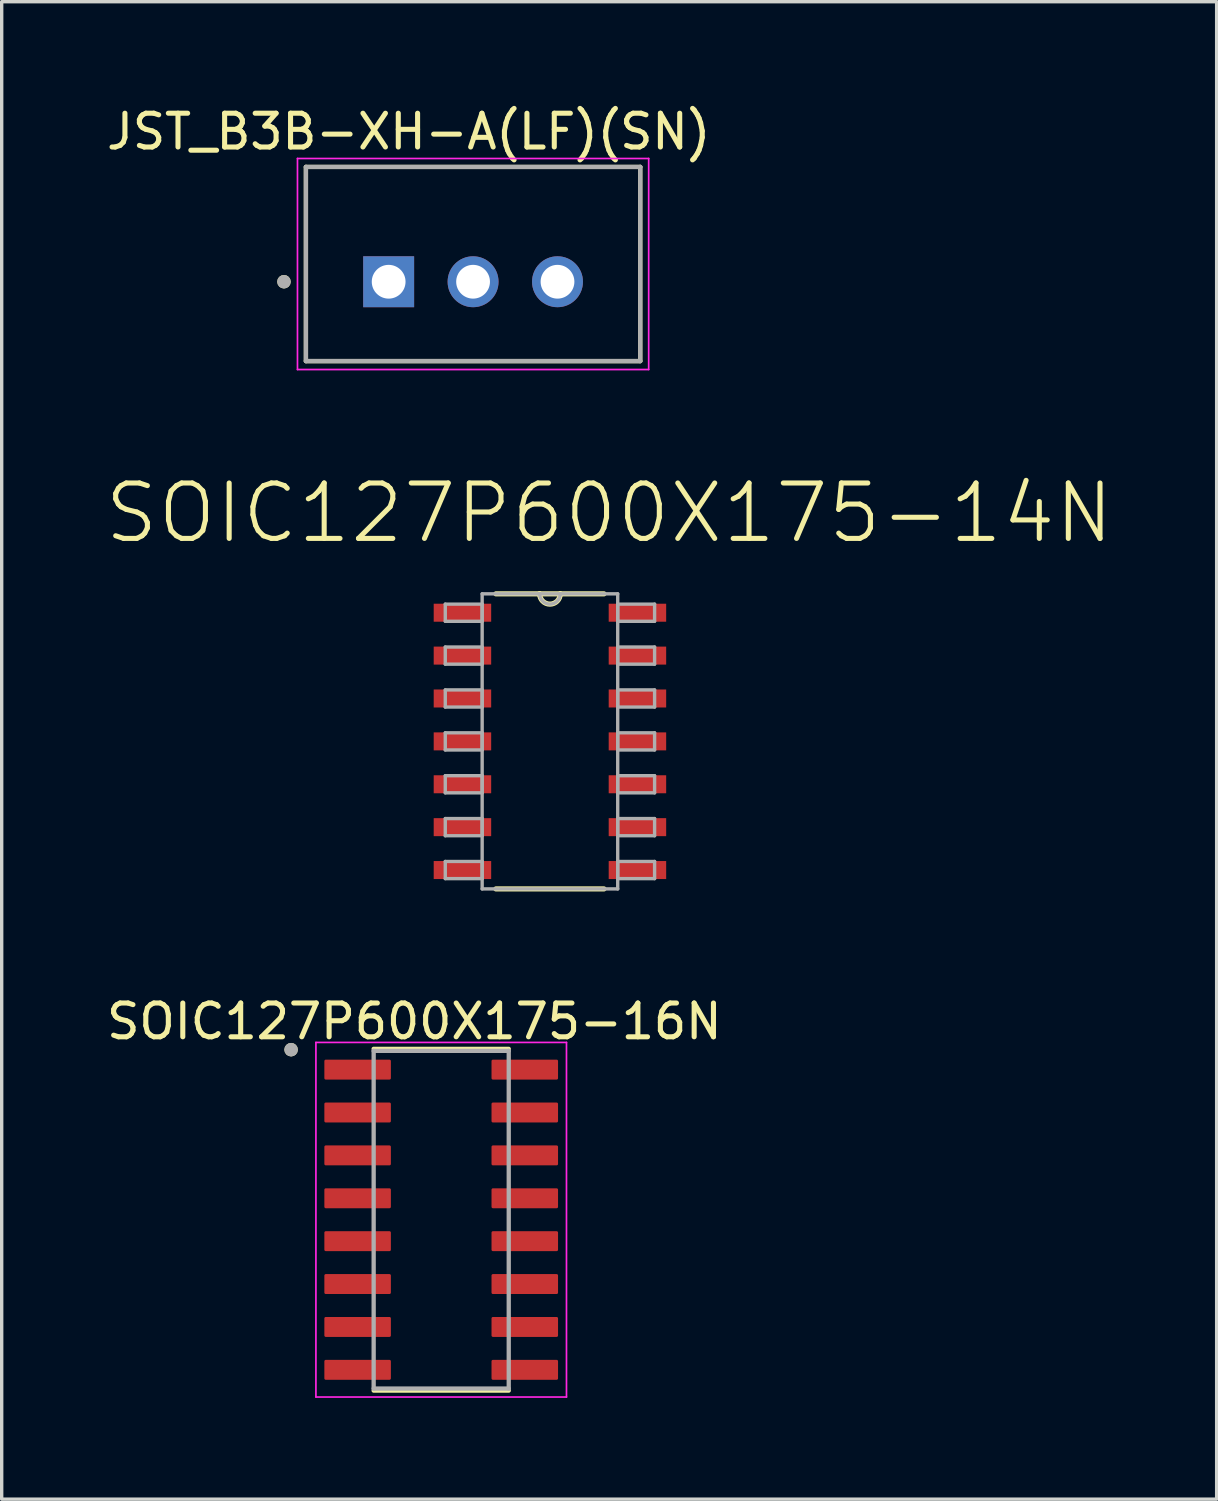
<source format=kicad_pcb>
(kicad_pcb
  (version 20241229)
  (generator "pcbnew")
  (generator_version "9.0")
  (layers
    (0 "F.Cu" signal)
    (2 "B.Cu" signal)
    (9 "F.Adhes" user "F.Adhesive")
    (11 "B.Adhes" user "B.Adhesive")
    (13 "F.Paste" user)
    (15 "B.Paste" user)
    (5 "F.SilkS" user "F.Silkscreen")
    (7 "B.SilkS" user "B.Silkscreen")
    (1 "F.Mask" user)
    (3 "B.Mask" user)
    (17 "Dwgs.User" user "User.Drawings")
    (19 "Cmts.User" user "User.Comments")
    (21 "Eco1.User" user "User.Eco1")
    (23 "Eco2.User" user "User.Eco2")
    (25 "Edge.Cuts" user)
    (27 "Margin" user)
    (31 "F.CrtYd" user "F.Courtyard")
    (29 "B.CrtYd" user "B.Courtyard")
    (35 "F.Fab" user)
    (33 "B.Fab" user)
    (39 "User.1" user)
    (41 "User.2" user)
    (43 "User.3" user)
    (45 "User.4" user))
  (footprint "JST_B3B-XH-A(LF)(SN)"
    (layer "F.Cu")
    (at 10.959 5.293)
    (property "Reference" "JST_B3B-XH-A(LF)(SN)" (at -1.905 -4.445 0) (layer "F.SilkS") (effects (font (size 1 1) (thickness 0.15))))
    (attr through_hole)
    (fp_line (start -4.95 -3.4) (end 4.95 -3.4) (stroke (width 0.127) (type solid)) (layer "F.SilkS"))
    (fp_line (start -4.95 2.35) (end -4.95 -3.4) (stroke (width 0.127) (type solid)) (layer "F.SilkS"))
    (fp_line (start 4.95 -3.4) (end 4.95 2.35) (stroke (width 0.127) (type solid)) (layer "F.SilkS"))
    (fp_line (start 4.95 2.35) (end -4.95 2.35) (stroke (width 0.127) (type solid)) (layer "F.SilkS"))
    (fp_circle (center -5.6 0) (end -5.5 0) (stroke (width 0.2) (type solid)) (fill no) (layer "F.SilkS"))
    (fp_line (start -5.2 -3.65) (end 5.2 -3.65) (stroke (width 0.05) (type solid)) (layer "F.CrtYd"))
    (fp_line (start -5.2 2.6) (end -5.2 -3.65) (stroke (width 0.05) (type solid)) (layer "F.CrtYd"))
    (fp_line (start 5.2 -3.65) (end 5.2 2.6) (stroke (width 0.05) (type solid)) (layer "F.CrtYd"))
    (fp_line (start 5.2 2.6) (end -5.2 2.6) (stroke (width 0.05) (type solid)) (layer "F.CrtYd"))
    (fp_line (start -4.95 -3.4) (end 4.95 -3.4) (stroke (width 0.127) (type solid)) (layer "F.Fab"))
    (fp_line (start -4.95 2.35) (end -4.95 -3.4) (stroke (width 0.127) (type solid)) (layer "F.Fab"))
    (fp_line (start 4.95 -3.4) (end 4.95 2.35) (stroke (width 0.127) (type solid)) (layer "F.Fab"))
    (fp_line (start 4.95 2.35) (end -4.95 2.35) (stroke (width 0.127) (type solid)) (layer "F.Fab"))
    (fp_circle (center -5.6 0) (end -5.5 0) (stroke (width 0.2) (type solid)) (fill no) (layer "F.Fab"))
    (pad "1" thru_hole rect (at -2.5 0) (size 1.508 1.508) (drill 1) (layers "*.Cu" "*.Mask"))
    (pad "2" thru_hole circle (at 0 0) (size 1.508 1.508) (drill 1) (layers "*.Cu" "*.Mask"))
    (pad "3" thru_hole circle (at 2.5 0) (size 1.508 1.508) (drill 1) (layers "*.Cu" "*.Mask")))
  (footprint "SOIC127P600X175-14N"
    (layer "F.Cu")
    (at 13.235 18.904)
    (property "Reference" "SOIC127P600X175-14N" (at 1.754 -6.762 0) (layer "F.SilkS") (effects (font (size 1.641 1.641) (thickness 0.15))))
    (attr through_hole)
    (fp_line (start -1.6 4.369) (end 1.6 4.369) (stroke (width 0.152) (type solid)) (layer "F.SilkS"))
    (fp_line (start -0.305 -4.369) (end -1.6 -4.369) (stroke (width 0.152) (type solid)) (layer "F.SilkS"))
    (fp_line (start 0.305 -4.369) (end -0.305 -4.369) (stroke (width 0.152) (type solid)) (layer "F.SilkS"))
    (fp_line (start 1.6 -4.369) (end 0.305 -4.369) (stroke (width 0.152) (type solid)) (layer "F.SilkS"))
    (fp_arc (start 0.3048 -4.3688) (mid 0 -4.064) (end -0.3048 -4.3688) (stroke (width 0.1524) (type solid)) (layer "F.SilkS"))
    (fp_line (start -3.099 -4.064) (end -3.099 -3.556) (stroke (width 0.1) (type solid)) (layer "F.Fab"))
    (fp_line (start -3.099 -3.556) (end -2.007 -3.556) (stroke (width 0.1) (type solid)) (layer "F.Fab"))
    (fp_line (start -3.099 -2.794) (end -3.099 -2.286) (stroke (width 0.1) (type solid)) (layer "F.Fab"))
    (fp_line (start -3.099 -2.286) (end -2.007 -2.286) (stroke (width 0.1) (type solid)) (layer "F.Fab"))
    (fp_line (start -3.099 -1.524) (end -3.099 -1.016) (stroke (width 0.1) (type solid)) (layer "F.Fab"))
    (fp_line (start -3.099 -1.016) (end -2.007 -1.016) (stroke (width 0.1) (type solid)) (layer "F.Fab"))
    (fp_line (start -3.099 -0.254) (end -3.099 0.254) (stroke (width 0.1) (type solid)) (layer "F.Fab"))
    (fp_line (start -3.099 0.254) (end -2.007 0.254) (stroke (width 0.1) (type solid)) (layer "F.Fab"))
    (fp_line (start -3.099 1.016) (end -3.099 1.524) (stroke (width 0.1) (type solid)) (layer "F.Fab"))
    (fp_line (start -3.099 1.524) (end -2.007 1.524) (stroke (width 0.1) (type solid)) (layer "F.Fab"))
    (fp_line (start -3.099 2.286) (end -3.099 2.794) (stroke (width 0.1) (type solid)) (layer "F.Fab"))
    (fp_line (start -3.099 2.794) (end -2.007 2.794) (stroke (width 0.1) (type solid)) (layer "F.Fab"))
    (fp_line (start -3.099 3.556) (end -3.099 4.064) (stroke (width 0.1) (type solid)) (layer "F.Fab"))
    (fp_line (start -3.099 4.064) (end -2.007 4.064) (stroke (width 0.1) (type solid)) (layer "F.Fab"))
    (fp_line (start -2.007 -4.369) (end -2.007 4.369) (stroke (width 0.1) (type solid)) (layer "F.Fab"))
    (fp_line (start -2.007 -4.064) (end -3.099 -4.064) (stroke (width 0.1) (type solid)) (layer "F.Fab"))
    (fp_line (start -2.007 -3.556) (end -2.007 -4.064) (stroke (width 0.1) (type solid)) (layer "F.Fab"))
    (fp_line (start -2.007 -2.794) (end -3.099 -2.794) (stroke (width 0.1) (type solid)) (layer "F.Fab"))
    (fp_line (start -2.007 -2.286) (end -2.007 -2.794) (stroke (width 0.1) (type solid)) (layer "F.Fab"))
    (fp_line (start -2.007 -1.524) (end -3.099 -1.524) (stroke (width 0.1) (type solid)) (layer "F.Fab"))
    (fp_line (start -2.007 -1.016) (end -2.007 -1.524) (stroke (width 0.1) (type solid)) (layer "F.Fab"))
    (fp_line (start -2.007 -0.254) (end -3.099 -0.254) (stroke (width 0.1) (type solid)) (layer "F.Fab"))
    (fp_line (start -2.007 0.254) (end -2.007 -0.254) (stroke (width 0.1) (type solid)) (layer "F.Fab"))
    (fp_line (start -2.007 1.016) (end -3.099 1.016) (stroke (width 0.1) (type solid)) (layer "F.Fab"))
    (fp_line (start -2.007 1.524) (end -2.007 1.016) (stroke (width 0.1) (type solid)) (layer "F.Fab"))
    (fp_line (start -2.007 2.286) (end -3.099 2.286) (stroke (width 0.1) (type solid)) (layer "F.Fab"))
    (fp_line (start -2.007 2.794) (end -2.007 2.286) (stroke (width 0.1) (type solid)) (layer "F.Fab"))
    (fp_line (start -2.007 3.556) (end -3.099 3.556) (stroke (width 0.1) (type solid)) (layer "F.Fab"))
    (fp_line (start -2.007 4.064) (end -2.007 3.556) (stroke (width 0.1) (type solid)) (layer "F.Fab"))
    (fp_line (start -2.007 4.369) (end 2.007 4.369) (stroke (width 0.1) (type solid)) (layer "F.Fab"))
    (fp_line (start -0.305 -4.369) (end -2.007 -4.369) (stroke (width 0.1) (type solid)) (layer "F.Fab"))
    (fp_line (start 0.305 -4.369) (end -0.305 -4.369) (stroke (width 0.1) (type solid)) (layer "F.Fab"))
    (fp_line (start 2.007 -4.369) (end 0.305 -4.369) (stroke (width 0.1) (type solid)) (layer "F.Fab"))
    (fp_line (start 2.007 -4.064) (end 2.007 -3.556) (stroke (width 0.1) (type solid)) (layer "F.Fab"))
    (fp_line (start 2.007 -3.556) (end 3.099 -3.556) (stroke (width 0.1) (type solid)) (layer "F.Fab"))
    (fp_line (start 2.007 -2.794) (end 2.007 -2.286) (stroke (width 0.1) (type solid)) (layer "F.Fab"))
    (fp_line (start 2.007 -2.286) (end 3.099 -2.286) (stroke (width 0.1) (type solid)) (layer "F.Fab"))
    (fp_line (start 2.007 -1.524) (end 2.007 -1.016) (stroke (width 0.1) (type solid)) (layer "F.Fab"))
    (fp_line (start 2.007 -1.016) (end 3.099 -1.016) (stroke (width 0.1) (type solid)) (layer "F.Fab"))
    (fp_line (start 2.007 -0.254) (end 2.007 0.254) (stroke (width 0.1) (type solid)) (layer "F.Fab"))
    (fp_line (start 2.007 0.254) (end 3.099 0.254) (stroke (width 0.1) (type solid)) (layer "F.Fab"))
    (fp_line (start 2.007 1.016) (end 2.007 1.524) (stroke (width 0.1) (type solid)) (layer "F.Fab"))
    (fp_line (start 2.007 1.524) (end 3.099 1.524) (stroke (width 0.1) (type solid)) (layer "F.Fab"))
    (fp_line (start 2.007 2.286) (end 2.007 2.794) (stroke (width 0.1) (type solid)) (layer "F.Fab"))
    (fp_line (start 2.007 2.794) (end 3.099 2.794) (stroke (width 0.1) (type solid)) (layer "F.Fab"))
    (fp_line (start 2.007 3.556) (end 2.007 4.064) (stroke (width 0.1) (type solid)) (layer "F.Fab"))
    (fp_line (start 2.007 4.064) (end 3.099 4.064) (stroke (width 0.1) (type solid)) (layer "F.Fab"))
    (fp_line (start 2.007 4.369) (end 2.007 -4.369) (stroke (width 0.1) (type solid)) (layer "F.Fab"))
    (fp_line (start 3.099 -4.064) (end 2.007 -4.064) (stroke (width 0.1) (type solid)) (layer "F.Fab"))
    (fp_line (start 3.099 -3.556) (end 3.099 -4.064) (stroke (width 0.1) (type solid)) (layer "F.Fab"))
    (fp_line (start 3.099 -2.794) (end 2.007 -2.794) (stroke (width 0.1) (type solid)) (layer "F.Fab"))
    (fp_line (start 3.099 -2.286) (end 3.099 -2.794) (stroke (width 0.1) (type solid)) (layer "F.Fab"))
    (fp_line (start 3.099 -1.524) (end 2.007 -1.524) (stroke (width 0.1) (type solid)) (layer "F.Fab"))
    (fp_line (start 3.099 -1.016) (end 3.099 -1.524) (stroke (width 0.1) (type solid)) (layer "F.Fab"))
    (fp_line (start 3.099 -0.254) (end 2.007 -0.254) (stroke (width 0.1) (type solid)) (layer "F.Fab"))
    (fp_line (start 3.099 0.254) (end 3.099 -0.254) (stroke (width 0.1) (type solid)) (layer "F.Fab"))
    (fp_line (start 3.099 1.016) (end 2.007 1.016) (stroke (width 0.1) (type solid)) (layer "F.Fab"))
    (fp_line (start 3.099 1.524) (end 3.099 1.016) (stroke (width 0.1) (type solid)) (layer "F.Fab"))
    (fp_line (start 3.099 2.286) (end 2.007 2.286) (stroke (width 0.1) (type solid)) (layer "F.Fab"))
    (fp_line (start 3.099 2.794) (end 3.099 2.286) (stroke (width 0.1) (type solid)) (layer "F.Fab"))
    (fp_line (start 3.099 3.556) (end 2.007 3.556) (stroke (width 0.1) (type solid)) (layer "F.Fab"))
    (fp_line (start 3.099 4.064) (end 3.099 3.556) (stroke (width 0.1) (type solid)) (layer "F.Fab"))
    (fp_arc (start 0.3048 -4.3688) (mid 0 -4.064) (end -0.3048 -4.3688) (stroke (width 0.1) (type solid)) (layer "F.Fab"))
    (pad "1" smd rect (at -2.591 -3.81) (size 1.702 0.533) (layers "F.Cu" "F.Mask" "F.Paste"))
    (pad "2" smd rect (at -2.591 -2.54) (size 1.702 0.533) (layers "F.Cu" "F.Mask" "F.Paste"))
    (pad "3" smd rect (at -2.591 -1.27) (size 1.702 0.533) (layers "F.Cu" "F.Mask" "F.Paste"))
    (pad "4" smd rect (at -2.591 0) (size 1.702 0.533) (layers "F.Cu" "F.Mask" "F.Paste"))
    (pad "5" smd rect (at -2.591 1.27) (size 1.702 0.533) (layers "F.Cu" "F.Mask" "F.Paste"))
    (pad "6" smd rect (at -2.591 2.54) (size 1.702 0.533) (layers "F.Cu" "F.Mask" "F.Paste"))
    (pad "7" smd rect (at -2.591 3.81) (size 1.702 0.533) (layers "F.Cu" "F.Mask" "F.Paste"))
    (pad "8" smd rect (at 2.591 3.81) (size 1.702 0.533) (layers "F.Cu" "F.Mask" "F.Paste"))
    (pad "9" smd rect (at 2.591 2.54) (size 1.702 0.533) (layers "F.Cu" "F.Mask" "F.Paste"))
    (pad "10" smd rect (at 2.591 1.27) (size 1.702 0.533) (layers "F.Cu" "F.Mask" "F.Paste"))
    (pad "11" smd rect (at 2.591 0) (size 1.702 0.533) (layers "F.Cu" "F.Mask" "F.Paste"))
    (pad "12" smd rect (at 2.591 -1.27) (size 1.702 0.533) (layers "F.Cu" "F.Mask" "F.Paste"))
    (pad "13" smd rect (at 2.591 -2.54) (size 1.702 0.533) (layers "F.Cu" "F.Mask" "F.Paste"))
    (pad "14" smd rect (at 2.591 -3.81) (size 1.702 0.533) (layers "F.Cu" "F.Mask" "F.Paste")))
  (footprint "SOIC127P600X175-16N"
    (layer "F.Cu")
    (at 10.015 33.069)
    (property "Reference" "SOIC127P600X175-16N" (at -0.795 -5.872 0) (layer "F.SilkS") (effects (font (size 1 1) (thickness 0.15))))
    (attr through_hole)
    (fp_line (start -2 -5.06) (end 2 -5.06) (stroke (width 0.127) (type solid)) (layer "F.SilkS"))
    (fp_line (start -2 5.06) (end 2 5.06) (stroke (width 0.127) (type solid)) (layer "F.SilkS"))
    (fp_circle (center -4.445 -5.035) (end -4.345 -5.035) (stroke (width 0.2) (type solid)) (fill no) (layer "F.SilkS"))
    (fp_line (start -3.71 -5.25) (end -3.71 5.25) (stroke (width 0.05) (type solid)) (layer "F.CrtYd"))
    (fp_line (start -3.71 -5.25) (end 3.71 -5.25) (stroke (width 0.05) (type solid)) (layer "F.CrtYd"))
    (fp_line (start -3.71 5.25) (end 3.71 5.25) (stroke (width 0.05) (type solid)) (layer "F.CrtYd"))
    (fp_line (start 3.71 -5.25) (end 3.71 5.25) (stroke (width 0.05) (type solid)) (layer "F.CrtYd"))
    (fp_line (start -2 -5) (end -2 5) (stroke (width 0.127) (type solid)) (layer "F.Fab"))
    (fp_line (start -2 -5) (end 2 -5) (stroke (width 0.127) (type solid)) (layer "F.Fab"))
    (fp_line (start -2 5) (end 2 5) (stroke (width 0.127) (type solid)) (layer "F.Fab"))
    (fp_line (start 2 -5) (end 2 5) (stroke (width 0.127) (type solid)) (layer "F.Fab"))
    (fp_circle (center -4.445 -5.035) (end -4.345 -5.035) (stroke (width 0.2) (type solid)) (fill no) (layer "F.Fab"))
    (pad "1" smd roundrect (at -2.475 -4.445) (size 1.97 0.59) (layers "F.Cu" "F.Mask" "F.Paste") (roundrect_rratio 0.07))
    (pad "2" smd roundrect (at -2.475 -3.175) (size 1.97 0.59) (layers "F.Cu" "F.Mask" "F.Paste") (roundrect_rratio 0.07))
    (pad "3" smd roundrect (at -2.475 -1.905) (size 1.97 0.59) (layers "F.Cu" "F.Mask" "F.Paste") (roundrect_rratio 0.07))
    (pad "4" smd roundrect (at -2.475 -0.635) (size 1.97 0.59) (layers "F.Cu" "F.Mask" "F.Paste") (roundrect_rratio 0.07))
    (pad "5" smd roundrect (at -2.475 0.635) (size 1.97 0.59) (layers "F.Cu" "F.Mask" "F.Paste") (roundrect_rratio 0.07))
    (pad "6" smd roundrect (at -2.475 1.905) (size 1.97 0.59) (layers "F.Cu" "F.Mask" "F.Paste") (roundrect_rratio 0.07))
    (pad "7" smd roundrect (at -2.475 3.175) (size 1.97 0.59) (layers "F.Cu" "F.Mask" "F.Paste") (roundrect_rratio 0.07))
    (pad "8" smd roundrect (at -2.475 4.445) (size 1.97 0.59) (layers "F.Cu" "F.Mask" "F.Paste") (roundrect_rratio 0.07))
    (pad "9" smd roundrect (at 2.475 4.445) (size 1.97 0.59) (layers "F.Cu" "F.Mask" "F.Paste") (roundrect_rratio 0.07))
    (pad "10" smd roundrect (at 2.475 3.175) (size 1.97 0.59) (layers "F.Cu" "F.Mask" "F.Paste") (roundrect_rratio 0.07))
    (pad "11" smd roundrect (at 2.475 1.905) (size 1.97 0.59) (layers "F.Cu" "F.Mask" "F.Paste") (roundrect_rratio 0.07))
    (pad "12" smd roundrect (at 2.475 0.635) (size 1.97 0.59) (layers "F.Cu" "F.Mask" "F.Paste") (roundrect_rratio 0.07))
    (pad "13" smd roundrect (at 2.475 -0.635) (size 1.97 0.59) (layers "F.Cu" "F.Mask" "F.Paste") (roundrect_rratio 0.07))
    (pad "14" smd roundrect (at 2.475 -1.905) (size 1.97 0.59) (layers "F.Cu" "F.Mask" "F.Paste") (roundrect_rratio 0.07))
    (pad "15" smd roundrect (at 2.475 -3.175) (size 1.97 0.59) (layers "F.Cu" "F.Mask" "F.Paste") (roundrect_rratio 0.07))
    (pad "16" smd roundrect (at 2.475 -4.445) (size 1.97 0.59) (layers "F.Cu" "F.Mask" "F.Paste") (roundrect_rratio 0.07)))
  (gr_rect
    (start -3 -3)
    (end 32.978 41.344)
    (stroke (width 0.1) (type default))
    (fill no)
    (layer "Edge.Cuts")))
</source>
